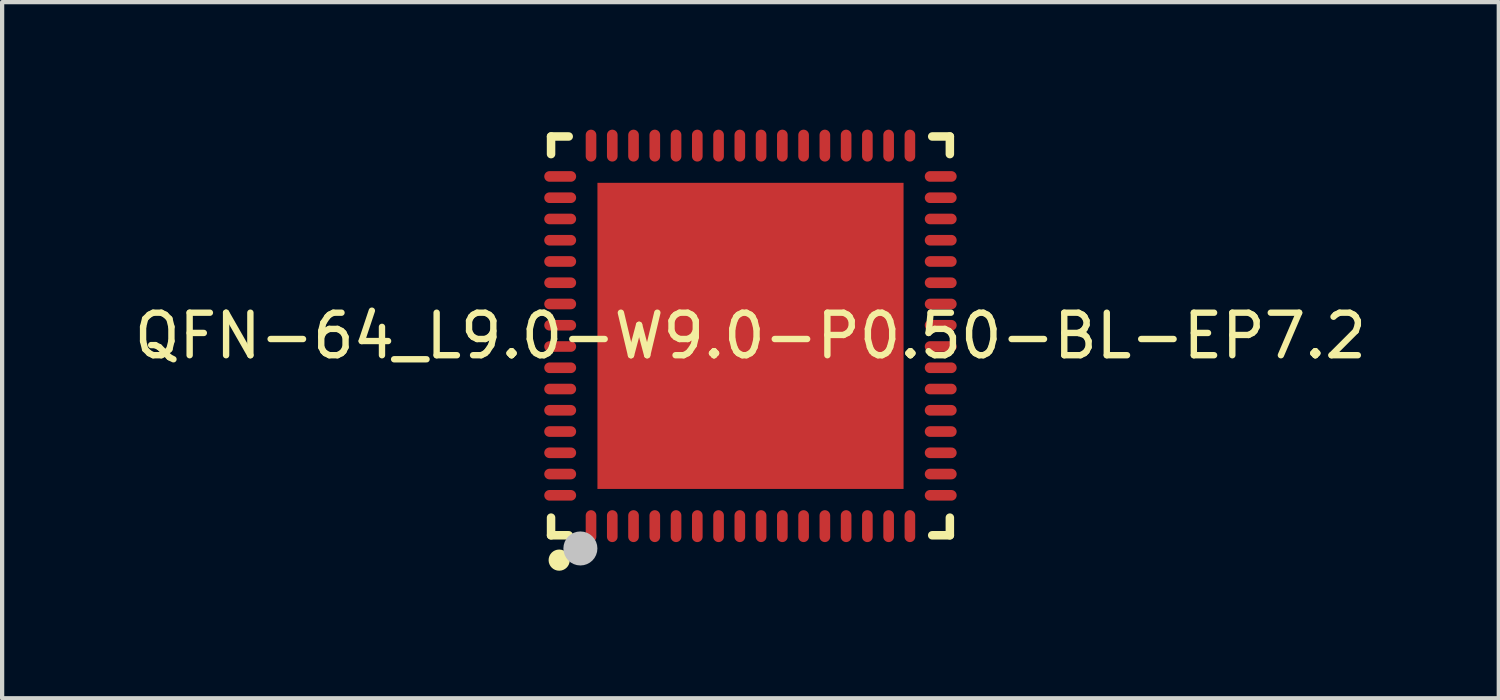
<source format=kicad_pcb>
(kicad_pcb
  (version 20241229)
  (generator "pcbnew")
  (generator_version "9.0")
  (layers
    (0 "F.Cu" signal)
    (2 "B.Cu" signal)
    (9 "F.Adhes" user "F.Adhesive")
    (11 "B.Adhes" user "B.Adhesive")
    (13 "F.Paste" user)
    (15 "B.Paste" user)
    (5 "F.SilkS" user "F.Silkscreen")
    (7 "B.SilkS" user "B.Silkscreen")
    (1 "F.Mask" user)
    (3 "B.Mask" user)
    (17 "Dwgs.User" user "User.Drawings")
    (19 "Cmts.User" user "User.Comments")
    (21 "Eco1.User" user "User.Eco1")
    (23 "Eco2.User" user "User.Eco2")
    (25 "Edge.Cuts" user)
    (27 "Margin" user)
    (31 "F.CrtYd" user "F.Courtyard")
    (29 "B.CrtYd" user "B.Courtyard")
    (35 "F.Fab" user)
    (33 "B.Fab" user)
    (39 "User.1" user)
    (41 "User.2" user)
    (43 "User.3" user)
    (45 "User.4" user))
  (footprint "QFN-64_L9.0-W9.0-P0.50-BL-EP7.2"
    (layer "F.Cu")
    (at 14.601 4.85)
    (property "Reference" "QFN-64_L9.0-W9.0-P0.50-BL-EP7.2" (at 0 0 0) (layer "F.SilkS") (effects (font (size 1 1) (thickness 0.15))))
    (fp_line (start -4.69 -4.69) (end -4.275 -4.69) (stroke (width 0.2) (type default)) (layer "F.SilkS"))
    (fp_line (start -4.69 -4.275) (end -4.69 -4.69) (stroke (width 0.2) (type default)) (layer "F.SilkS"))
    (fp_line (start -4.69 4.69) (end -4.69 4.275) (stroke (width 0.2) (type default)) (layer "F.SilkS"))
    (fp_line (start -4.275 4.69) (end -4.69 4.69) (stroke (width 0.2) (type default)) (layer "F.SilkS"))
    (fp_line (start 4.275 4.69) (end 4.69 4.69) (stroke (width 0.2) (type default)) (layer "F.SilkS"))
    (fp_line (start 4.69 -4.69) (end 4.275 -4.69) (stroke (width 0.2) (type default)) (layer "F.SilkS"))
    (fp_line (start 4.69 -4.275) (end 4.69 -4.69) (stroke (width 0.2) (type default)) (layer "F.SilkS"))
    (fp_line (start 4.69 4.69) (end 4.69 4.275) (stroke (width 0.2) (type default)) (layer "F.SilkS"))
    (fp_arc (start -4.4975 5.15) (mid -4.49825 5.399004) (end -4.5 5.15) (stroke (width 0.249) (type default)) (layer "F.SilkS"))
    (fp_poly (pts (xy -2.88 -2.88) (xy 2.881 -2.88) (xy 2.881 2.88) (xy -2.88 2.88)) (stroke (width 0) (type default)) (fill yes) (layer "F.Paste"))
    (fp_poly (pts (arc (start -4.725 -3.625) (mid -4.85 -3.75) (end -4.725 -3.875)) (arc (start -4.225 -3.875) (mid -4.1 -3.75) (end -4.225 -3.625))) (stroke (width 0) (type default)) (fill yes) (layer "F.Paste"))
    (fp_poly (pts (arc (start -4.725 -3.125) (mid -4.847525 -3.25) (end -4.725 -3.375)) (arc (start -4.225 -3.375) (mid -4.102475 -3.25) (end -4.225 -3.125))) (stroke (width 0) (type default)) (fill yes) (layer "F.Paste"))
    (fp_poly (pts (arc (start -4.725 -2.625) (mid -4.85 -2.75) (end -4.725 -2.875)) (arc (start -4.225 -2.875) (mid -4.1 -2.75) (end -4.225 -2.625))) (stroke (width 0) (type default)) (fill yes) (layer "F.Paste"))
    (fp_poly (pts (arc (start -4.725 -2.125) (mid -4.848016 -2.25) (end -4.725 -2.375)) (arc (start -4.225 -2.375) (mid -4.101491 -2.25) (end -4.225 -2.125))) (stroke (width 0) (type default)) (fill yes) (layer "F.Paste"))
    (fp_poly (pts (arc (start -4.725 -1.625) (mid -4.85 -1.75) (end -4.725 -1.875)) (arc (start -4.225 -1.875) (mid -4.1 -1.75) (end -4.225 -1.625))) (stroke (width 0) (type default)) (fill yes) (layer "F.Paste"))
    (fp_poly (pts (arc (start -4.725 -1.125) (mid -4.85 -1.25) (end -4.725 -1.375)) (arc (start -4.225 -1.375) (mid -4.1 -1.25) (end -4.225 -1.125))) (stroke (width 0) (type default)) (fill yes) (layer "F.Paste"))
    (fp_poly (pts (arc (start -4.725 -0.625) (mid -4.848016 -0.75) (end -4.725 -0.875)) (arc (start -4.225 -0.875) (mid -4.101491 -0.75) (end -4.225 -0.625))) (stroke (width 0) (type default)) (fill yes) (layer "F.Paste"))
    (fp_poly (pts (arc (start -4.725 -0.125) (mid -4.85 -0.25) (end -4.725 -0.375)) (arc (start -4.225 -0.375) (mid -4.1 -0.25) (end -4.225 -0.125))) (stroke (width 0) (type default)) (fill yes) (layer "F.Paste"))
    (fp_poly (pts (arc (start -4.725 0.375) (mid -4.847525 0.25) (end -4.725 0.125)) (arc (start -4.225 0.125) (mid -4.102475 0.25) (end -4.225 0.375))) (stroke (width 0) (type default)) (fill yes) (layer "F.Paste"))
    (fp_poly (pts (arc (start -4.725 0.875) (mid -4.85 0.75) (end -4.725 0.625)) (arc (start -4.225 0.625) (mid -4.1 0.75) (end -4.225 0.875))) (stroke (width 0) (type default)) (fill yes) (layer "F.Paste"))
    (fp_poly (pts (arc (start -4.725 1.375) (mid -4.848016 1.25) (end -4.725 1.125)) (arc (start -4.225 1.125) (mid -4.101491 1.25) (end -4.225 1.375))) (stroke (width 0) (type default)) (fill yes) (layer "F.Paste"))
    (fp_poly (pts (arc (start -4.725 1.875) (mid -4.85 1.75) (end -4.725 1.625)) (arc (start -4.225 1.625) (mid -4.1 1.75) (end -4.225 1.875))) (stroke (width 0) (type default)) (fill yes) (layer "F.Paste"))
    (fp_poly (pts (arc (start -4.725 2.375) (mid -4.85 2.25) (end -4.725 2.125)) (arc (start -4.225 2.125) (mid -4.1 2.25) (end -4.225 2.375))) (stroke (width 0) (type default)) (fill yes) (layer "F.Paste"))
    (fp_poly (pts (arc (start -4.725 2.875) (mid -4.85 2.75) (end -4.725 2.625)) (arc (start -4.225 2.625) (mid -4.1 2.75) (end -4.225 2.875))) (stroke (width 0) (type default)) (fill yes) (layer "F.Paste"))
    (fp_poly (pts (arc (start -4.725 3.375) (mid -4.85 3.25) (end -4.725 3.125)) (arc (start -4.225 3.125) (mid -4.1 3.25) (end -4.225 3.375))) (stroke (width 0) (type default)) (fill yes) (layer "F.Paste"))
    (fp_poly (pts (arc (start -4.725 3.875) (mid -4.85 3.75) (end -4.725 3.625)) (arc (start -4.225 3.625) (mid -4.1 3.75) (end -4.225 3.875))) (stroke (width 0) (type default)) (fill yes) (layer "F.Paste"))
    (fp_poly (pts (arc (start -3.875 -4.725) (mid -3.75 -4.85) (end -3.625 -4.725)) (arc (start -3.625 -4.225) (mid -3.75 -4.1) (end -3.875 -4.225))) (stroke (width 0) (type default)) (fill yes) (layer "F.Paste"))
    (fp_poly (pts (arc (start -3.875 4.225) (mid -3.75 4.1) (end -3.625 4.225)) (arc (start -3.625 4.725) (mid -3.75 4.85) (end -3.875 4.725))) (stroke (width 0) (type default)) (fill yes) (layer "F.Paste"))
    (fp_poly (pts (arc (start -3.375 -4.725) (mid -3.25 -4.85) (end -3.125 -4.725)) (arc (start -3.125 -4.225) (mid -3.25 -4.1) (end -3.375 -4.225))) (stroke (width 0) (type default)) (fill yes) (layer "F.Paste"))
    (fp_poly (pts (arc (start -3.375 4.225) (mid -3.25 4.1) (end -3.125 4.225)) (arc (start -3.125 4.725) (mid -3.25 4.85) (end -3.375 4.725))) (stroke (width 0) (type default)) (fill yes) (layer "F.Paste"))
    (fp_poly (pts (arc (start -2.875 -4.725) (mid -2.75 -4.85) (end -2.625 -4.725)) (arc (start -2.625 -4.225) (mid -2.75 -4.1) (end -2.875 -4.225))) (stroke (width 0) (type default)) (fill yes) (layer "F.Paste"))
    (fp_poly (pts (arc (start -2.875 4.225) (mid -2.75 4.1) (end -2.625 4.225)) (arc (start -2.625 4.725) (mid -2.75 4.85) (end -2.875 4.725))) (stroke (width 0) (type default)) (fill yes) (layer "F.Paste"))
    (fp_poly (pts (arc (start -2.375 -4.725) (mid -2.25 -4.85) (end -2.125 -4.725)) (arc (start -2.125 -4.225) (mid -2.25 -4.1) (end -2.375 -4.225))) (stroke (width 0) (type default)) (fill yes) (layer "F.Paste"))
    (fp_poly (pts (arc (start -2.375 4.225) (mid -2.25 4.1) (end -2.125 4.225)) (arc (start -2.125 4.725) (mid -2.25 4.85) (end -2.375 4.725))) (stroke (width 0) (type default)) (fill yes) (layer "F.Paste"))
    (fp_poly (pts (arc (start -1.875 -4.725) (mid -1.75 -4.85) (end -1.625 -4.725)) (arc (start -1.625 -4.225) (mid -1.75 -4.1) (end -1.875 -4.225))) (stroke (width 0) (type default)) (fill yes) (layer "F.Paste"))
    (fp_poly (pts (arc (start -1.875 4.225) (mid -1.75 4.1) (end -1.625 4.225)) (arc (start -1.625 4.725) (mid -1.75 4.85) (end -1.875 4.725))) (stroke (width 0) (type default)) (fill yes) (layer "F.Paste"))
    (fp_poly (pts (arc (start -1.375 -4.725) (mid -1.25 -4.85) (end -1.125 -4.725)) (arc (start -1.125 -4.225) (mid -1.25 -4.1) (end -1.375 -4.225))) (stroke (width 0) (type default)) (fill yes) (layer "F.Paste"))
    (fp_poly (pts (arc (start -1.375 4.225) (mid -1.25 4.1) (end -1.125 4.225)) (arc (start -1.125 4.725) (mid -1.25 4.85) (end -1.375 4.725))) (stroke (width 0) (type default)) (fill yes) (layer "F.Paste"))
    (fp_poly (pts (arc (start -0.875 -4.725) (mid -0.75 -4.85) (end -0.625 -4.725)) (arc (start -0.625 -4.225) (mid -0.75 -4.1) (end -0.875 -4.225))) (stroke (width 0) (type default)) (fill yes) (layer "F.Paste"))
    (fp_poly (pts (arc (start -0.875 4.225) (mid -0.75 4.1) (end -0.625 4.225)) (arc (start -0.625 4.725) (mid -0.75 4.85) (end -0.875 4.725))) (stroke (width 0) (type default)) (fill yes) (layer "F.Paste"))
    (fp_poly (pts (arc (start -0.375 -4.725) (mid -0.25 -4.85) (end -0.125 -4.725)) (arc (start -0.125 -4.225) (mid -0.25 -4.1) (end -0.375 -4.225))) (stroke (width 0) (type default)) (fill yes) (layer "F.Paste"))
    (fp_poly (pts (arc (start -0.375 4.225) (mid -0.25 4.1) (end -0.125 4.225)) (arc (start -0.125 4.725) (mid -0.25 4.85) (end -0.375 4.725))) (stroke (width 0) (type default)) (fill yes) (layer "F.Paste"))
    (fp_poly (pts (arc (start 0.125 -4.725) (mid 0.25 -4.85) (end 0.375 -4.725)) (arc (start 0.375 -4.225) (mid 0.25 -4.1) (end 0.125 -4.225))) (stroke (width 0) (type default)) (fill yes) (layer "F.Paste"))
    (fp_poly (pts (arc (start 0.125 4.225) (mid 0.25 4.1) (end 0.375 4.225)) (arc (start 0.375 4.725) (mid 0.25 4.85) (end 0.125 4.725))) (stroke (width 0) (type default)) (fill yes) (layer "F.Paste"))
    (fp_poly (pts (arc (start 0.625 -4.725) (mid 0.75 -4.85) (end 0.875 -4.725)) (arc (start 0.875 -4.225) (mid 0.75 -4.1) (end 0.625 -4.225))) (stroke (width 0) (type default)) (fill yes) (layer "F.Paste"))
    (fp_poly (pts (arc (start 0.625 4.225) (mid 0.75 4.1) (end 0.875 4.225)) (arc (start 0.875 4.725) (mid 0.75 4.85) (end 0.625 4.725))) (stroke (width 0) (type default)) (fill yes) (layer "F.Paste"))
    (fp_poly (pts (arc (start 1.125 -4.725) (mid 1.25 -4.85) (end 1.375 -4.725)) (arc (start 1.375 -4.225) (mid 1.25 -4.1) (end 1.125 -4.225))) (stroke (width 0) (type default)) (fill yes) (layer "F.Paste"))
    (fp_poly (pts (arc (start 1.125 4.225) (mid 1.25 4.1) (end 1.375 4.225)) (arc (start 1.375 4.725) (mid 1.25 4.85) (end 1.125 4.725))) (stroke (width 0) (type default)) (fill yes) (layer "F.Paste"))
    (fp_poly (pts (arc (start 1.625 -4.725) (mid 1.75 -4.85) (end 1.875 -4.725)) (arc (start 1.875 -4.225) (mid 1.75 -4.1) (end 1.625 -4.225))) (stroke (width 0) (type default)) (fill yes) (layer "F.Paste"))
    (fp_poly (pts (arc (start 1.625 4.225) (mid 1.75 4.1) (end 1.875 4.225)) (arc (start 1.875 4.725) (mid 1.75 4.85) (end 1.625 4.725))) (stroke (width 0) (type default)) (fill yes) (layer "F.Paste"))
    (fp_poly (pts (arc (start 2.125 -4.725) (mid 2.25 -4.85) (end 2.375 -4.725)) (arc (start 2.375 -4.225) (mid 2.25 -4.1) (end 2.125 -4.225))) (stroke (width 0) (type default)) (fill yes) (layer "F.Paste"))
    (fp_poly (pts (arc (start 2.125 4.225) (mid 2.25 4.1) (end 2.375 4.225)) (arc (start 2.375 4.725) (mid 2.25 4.85) (end 2.125 4.725))) (stroke (width 0) (type default)) (fill yes) (layer "F.Paste"))
    (fp_poly (pts (arc (start 2.625 -4.725) (mid 2.75 -4.85) (end 2.875 -4.725)) (arc (start 2.875 -4.225) (mid 2.75 -4.1) (end 2.625 -4.225))) (stroke (width 0) (type default)) (fill yes) (layer "F.Paste"))
    (fp_poly (pts (arc (start 2.625 4.225) (mid 2.75 4.1) (end 2.875 4.225)) (arc (start 2.875 4.725) (mid 2.75 4.85) (end 2.625 4.725))) (stroke (width 0) (type default)) (fill yes) (layer "F.Paste"))
    (fp_poly (pts (arc (start 3.125 -4.725) (mid 3.25 -4.85) (end 3.375 -4.725)) (arc (start 3.375 -4.225) (mid 3.25 -4.1) (end 3.125 -4.225))) (stroke (width 0) (type default)) (fill yes) (layer "F.Paste"))
    (fp_poly (pts (arc (start 3.125 4.225) (mid 3.25 4.1) (end 3.375 4.225)) (arc (start 3.375 4.725) (mid 3.25 4.85) (end 3.125 4.725))) (stroke (width 0) (type default)) (fill yes) (layer "F.Paste"))
    (fp_poly (pts (arc (start 3.625 -4.725) (mid 3.75 -4.85) (end 3.875 -4.725)) (arc (start 3.875 -4.225) (mid 3.75 -4.1) (end 3.625 -4.225))) (stroke (width 0) (type default)) (fill yes) (layer "F.Paste"))
    (fp_poly (pts (arc (start 3.625 4.225) (mid 3.75 4.1) (end 3.875 4.225)) (arc (start 3.875 4.725) (mid 3.75 4.85) (end 3.625 4.725))) (stroke (width 0) (type default)) (fill yes) (layer "F.Paste"))
    (fp_poly (pts (arc (start 4.225 -3.625) (mid 4.1 -3.75) (end 4.225 -3.875)) (arc (start 4.725 -3.875) (mid 4.85 -3.75) (end 4.725 -3.625))) (stroke (width 0) (type default)) (fill yes) (layer "F.Paste"))
    (fp_poly (pts (arc (start 4.225 -3.125) (mid 4.102475 -3.25) (end 4.225 -3.375)) (arc (start 4.725 -3.375) (mid 4.847525 -3.25) (end 4.725 -3.125))) (stroke (width 0) (type default)) (fill yes) (layer "F.Paste"))
    (fp_poly (pts (arc (start 4.225 -2.625) (mid 4.1 -2.75) (end 4.225 -2.875)) (arc (start 4.725 -2.875) (mid 4.85 -2.75) (end 4.725 -2.625))) (stroke (width 0) (type default)) (fill yes) (layer "F.Paste"))
    (fp_poly (pts (arc (start 4.225 -2.125) (mid 4.101491 -2.25) (end 4.225 -2.375)) (arc (start 4.725 -2.375) (mid 4.848509 -2.25) (end 4.725 -2.125))) (stroke (width 0) (type default)) (fill yes) (layer "F.Paste"))
    (fp_poly (pts (arc (start 4.225 -1.625) (mid 4.1 -1.75) (end 4.225 -1.875)) (arc (start 4.725 -1.875) (mid 4.85 -1.75) (end 4.725 -1.625))) (stroke (width 0) (type default)) (fill yes) (layer "F.Paste"))
    (fp_poly (pts (arc (start 4.225 -1.125) (mid 4.1 -1.25) (end 4.225 -1.375)) (arc (start 4.725 -1.375) (mid 4.85 -1.25) (end 4.725 -1.125))) (stroke (width 0) (type default)) (fill yes) (layer "F.Paste"))
    (fp_poly (pts (arc (start 4.225 -0.625) (mid 4.101491 -0.75) (end 4.225 -0.875)) (arc (start 4.725 -0.875) (mid 4.848509 -0.75) (end 4.725 -0.625))) (stroke (width 0) (type default)) (fill yes) (layer "F.Paste"))
    (fp_poly (pts (arc (start 4.225 -0.125) (mid 4.1 -0.25) (end 4.225 -0.375)) (arc (start 4.725 -0.375) (mid 4.85 -0.25) (end 4.725 -0.125))) (stroke (width 0) (type default)) (fill yes) (layer "F.Paste"))
    (fp_poly (pts (arc (start 4.225 0.375) (mid 4.102475 0.25) (end 4.225 0.125)) (arc (start 4.725 0.125) (mid 4.847525 0.25) (end 4.725 0.375))) (stroke (width 0) (type default)) (fill yes) (layer "F.Paste"))
    (fp_poly (pts (arc (start 4.225 0.875) (mid 4.1 0.75) (end 4.225 0.625)) (arc (start 4.725 0.625) (mid 4.85 0.75) (end 4.725 0.875))) (stroke (width 0) (type default)) (fill yes) (layer "F.Paste"))
    (fp_poly (pts (arc (start 4.225 1.375) (mid 4.101491 1.25) (end 4.225 1.125)) (arc (start 4.725 1.125) (mid 4.848509 1.25) (end 4.725 1.375))) (stroke (width 0) (type default)) (fill yes) (layer "F.Paste"))
    (fp_poly (pts (arc (start 4.225 1.875) (mid 4.1 1.75) (end 4.225 1.625)) (arc (start 4.725 1.625) (mid 4.85 1.75) (end 4.725 1.875))) (stroke (width 0) (type default)) (fill yes) (layer "F.Paste"))
    (fp_poly (pts (arc (start 4.225 2.375) (mid 4.1 2.25) (end 4.225 2.125)) (arc (start 4.725 2.125) (mid 4.85 2.25) (end 4.725 2.375))) (stroke (width 0) (type default)) (fill yes) (layer "F.Paste"))
    (fp_poly (pts (arc (start 4.225 2.875) (mid 4.1 2.75) (end 4.225 2.625)) (arc (start 4.725 2.625) (mid 4.85 2.75) (end 4.725 2.875))) (stroke (width 0) (type default)) (fill yes) (layer "F.Paste"))
    (fp_poly (pts (arc (start 4.225 3.375) (mid 4.1 3.25) (end 4.225 3.125)) (arc (start 4.725 3.125) (mid 4.85 3.25) (end 4.725 3.375))) (stroke (width 0) (type default)) (fill yes) (layer "F.Paste"))
    (fp_poly (pts (arc (start 4.225 3.875) (mid 4.1 3.75) (end 4.225 3.625)) (arc (start 4.725 3.625) (mid 4.85 3.75) (end 4.725 3.875))) (stroke (width 0) (type default)) (fill yes) (layer "F.Paste"))
    (fp_circle (center -4 5) (end -3.8 5) (stroke (width 0.4) (type default)) (fill no) (layer "Dwgs.User"))
    (fp_poly (pts (xy -4.1 -3.626) (xy -4.5 -3.626) (xy -4.5 -3.876) (xy -4.1 -3.876)) (stroke (width 0.1) (type default)) (fill no) (layer "User.1"))
    (fp_poly (pts (xy -4.1 -3.125) (xy -4.5 -3.125) (xy -4.5 -3.375) (xy -4.1 -3.375)) (stroke (width 0.1) (type default)) (fill no) (layer "User.1"))
    (fp_poly (pts (xy -4.1 -2.626) (xy -4.5 -2.626) (xy -4.5 -2.876) (xy -4.1 -2.876)) (stroke (width 0.1) (type default)) (fill no) (layer "User.1"))
    (fp_poly (pts (xy -4.1 -2.125) (xy -4.5 -2.125) (xy -4.5 -2.375) (xy -4.1 -2.375)) (stroke (width 0.1) (type default)) (fill no) (layer "User.1"))
    (fp_poly (pts (xy -4.1 -1.625) (xy -4.5 -1.625) (xy -4.5 -1.875) (xy -4.1 -1.875)) (stroke (width 0.1) (type default)) (fill no) (layer "User.1"))
    (fp_poly (pts (xy -4.1 -1.125) (xy -4.5 -1.125) (xy -4.5 -1.375) (xy -4.1 -1.375)) (stroke (width 0.1) (type default)) (fill no) (layer "User.1"))
    (fp_poly (pts (xy -4.1 -0.625) (xy -4.5 -0.625) (xy -4.5 -0.875) (xy -4.1 -0.875)) (stroke (width 0.1) (type default)) (fill no) (layer "User.1"))
    (fp_poly (pts (xy -4.1 -0.125) (xy -4.5 -0.125) (xy -4.5 -0.375) (xy -4.1 -0.375)) (stroke (width 0.1) (type default)) (fill no) (layer "User.1"))
    (fp_poly (pts (xy -4.1 0.374) (xy -4.5 0.374) (xy -4.5 0.124) (xy -4.1 0.124)) (stroke (width 0.1) (type default)) (fill no) (layer "User.1"))
    (fp_poly (pts (xy -4.1 0.875) (xy -4.5 0.875) (xy -4.5 0.625) (xy -4.1 0.625)) (stroke (width 0.1) (type default)) (fill no) (layer "User.1"))
    (fp_poly (pts (xy -4.1 1.375) (xy -4.5 1.375) (xy -4.5 1.125) (xy -4.1 1.125)) (stroke (width 0.1) (type default)) (fill no) (layer "User.1"))
    (fp_poly (pts (xy -4.1 1.875) (xy -4.5 1.875) (xy -4.5 1.625) (xy -4.1 1.625)) (stroke (width 0.1) (type default)) (fill no) (layer "User.1"))
    (fp_poly (pts (xy -4.1 2.374) (xy -4.5 2.374) (xy -4.5 2.124) (xy -4.1 2.124)) (stroke (width 0.1) (type default)) (fill no) (layer "User.1"))
    (fp_poly (pts (xy -4.1 2.875) (xy -4.5 2.875) (xy -4.5 2.625) (xy -4.1 2.625)) (stroke (width 0.1) (type default)) (fill no) (layer "User.1"))
    (fp_poly (pts (xy -4.1 3.374) (xy -4.5 3.374) (xy -4.5 3.124) (xy -4.1 3.124)) (stroke (width 0.1) (type default)) (fill no) (layer "User.1"))
    (fp_poly (pts (xy -4.1 3.875) (xy -4.5 3.875) (xy -4.5 3.625) (xy -4.1 3.625)) (stroke (width 0.1) (type default)) (fill no) (layer "User.1"))
    (fp_poly (pts (xy -3.874 -4.1) (xy -3.874 -4.5) (xy -3.624 -4.5) (xy -3.624 -4.1)) (stroke (width 0.1) (type default)) (fill no) (layer "User.1"))
    (fp_poly (pts (xy -3.625 4.1) (xy -3.625 4.5) (xy -3.875 4.5) (xy -3.875 4.1)) (stroke (width 0.1) (type default)) (fill no) (layer "User.1"))
    (fp_poly (pts (xy -3.599 3.6) (xy -3.599 -3.6) (xy 3.6 -3.6) (xy 3.6 3.6)) (stroke (width 0.1) (type default)) (fill no) (layer "User.1"))
    (fp_poly (pts (xy -3.374 -4.1) (xy -3.374 -4.5) (xy -3.124 -4.5) (xy -3.124 -4.1)) (stroke (width 0.1) (type default)) (fill no) (layer "User.1"))
    (fp_poly (pts (xy -3.125 4.1) (xy -3.125 4.5) (xy -3.375 4.5) (xy -3.375 4.1)) (stroke (width 0.1) (type default)) (fill no) (layer "User.1"))
    (fp_poly (pts (xy -2.874 -4.1) (xy -2.874 -4.5) (xy -2.624 -4.5) (xy -2.624 -4.1)) (stroke (width 0.1) (type default)) (fill no) (layer "User.1"))
    (fp_poly (pts (xy -2.625 4.1) (xy -2.625 4.5) (xy -2.875 4.5) (xy -2.875 4.1)) (stroke (width 0.1) (type default)) (fill no) (layer "User.1"))
    (fp_poly (pts (xy -2.374 -4.1) (xy -2.374 -4.5) (xy -2.124 -4.5) (xy -2.124 -4.1)) (stroke (width 0.1) (type default)) (fill no) (layer "User.1"))
    (fp_poly (pts (xy -2.125 4.1) (xy -2.125 4.5) (xy -2.375 4.5) (xy -2.375 4.1)) (stroke (width 0.1) (type default)) (fill no) (layer "User.1"))
    (fp_poly (pts (xy -1.875 -4.1) (xy -1.875 -4.5) (xy -1.625 -4.5) (xy -1.625 -4.1)) (stroke (width 0.1) (type default)) (fill no) (layer "User.1"))
    (fp_poly (pts (xy -1.625 4.1) (xy -1.625 4.5) (xy -1.875 4.5) (xy -1.875 4.1)) (stroke (width 0.1) (type default)) (fill no) (layer "User.1"))
    (fp_poly (pts (xy -1.375 -4.1) (xy -1.375 -4.5) (xy -1.125 -4.5) (xy -1.125 -4.1)) (stroke (width 0.1) (type default)) (fill no) (layer "User.1"))
    (fp_poly (pts (xy -1.125 4.1) (xy -1.125 4.5) (xy -1.375 4.5) (xy -1.375 4.1)) (stroke (width 0.1) (type default)) (fill no) (layer "User.1"))
    (fp_poly (pts (xy -0.875 -4.1) (xy -0.875 -4.5) (xy -0.625 -4.5) (xy -0.625 -4.1)) (stroke (width 0.1) (type default)) (fill no) (layer "User.1"))
    (fp_poly (pts (xy -0.625 4.1) (xy -0.625 4.5) (xy -0.875 4.5) (xy -0.875 4.1)) (stroke (width 0.1) (type default)) (fill no) (layer "User.1"))
    (fp_poly (pts (xy -0.374 -4.1) (xy -0.374 -4.5) (xy -0.124 -4.5) (xy -0.124 -4.1)) (stroke (width 0.1) (type default)) (fill no) (layer "User.1"))
    (fp_poly (pts (xy -0.125 4.1) (xy -0.125 4.5) (xy -0.375 4.5) (xy -0.375 4.1)) (stroke (width 0.1) (type default)) (fill no) (layer "User.1"))
    (fp_poly (pts (xy 0.126 -4.1) (xy 0.126 -4.5) (xy 0.376 -4.5) (xy 0.376 -4.1)) (stroke (width 0.1) (type default)) (fill no) (layer "User.1"))
    (fp_poly (pts (xy 0.375 4.1) (xy 0.375 4.5) (xy 0.125 4.5) (xy 0.125 4.1)) (stroke (width 0.1) (type default)) (fill no) (layer "User.1"))
    (fp_poly (pts (xy 0.625 -4.1) (xy 0.625 -4.5) (xy 0.875 -4.5) (xy 0.875 -4.1)) (stroke (width 0.1) (type default)) (fill no) (layer "User.1"))
    (fp_poly (pts (xy 0.875 4.1) (xy 0.875 4.5) (xy 0.625 4.5) (xy 0.625 4.1)) (stroke (width 0.1) (type default)) (fill no) (layer "User.1"))
    (fp_poly (pts (xy 1.125 -4.1) (xy 1.125 -4.5) (xy 1.375 -4.5) (xy 1.375 -4.1)) (stroke (width 0.1) (type default)) (fill no) (layer "User.1"))
    (fp_poly (pts (xy 1.375 4.1) (xy 1.375 4.5) (xy 1.125 4.5) (xy 1.125 4.1)) (stroke (width 0.1) (type default)) (fill no) (layer "User.1"))
    (fp_poly (pts (xy 1.625 -4.1) (xy 1.625 -4.5) (xy 1.875 -4.5) (xy 1.875 -4.1)) (stroke (width 0.1) (type default)) (fill no) (layer "User.1"))
    (fp_poly (pts (xy 1.875 4.1) (xy 1.875 4.5) (xy 1.625 4.5) (xy 1.625 4.1)) (stroke (width 0.1) (type default)) (fill no) (layer "User.1"))
    (fp_poly (pts (xy 2.126 -4.1) (xy 2.126 -4.5) (xy 2.376 -4.5) (xy 2.376 -4.1)) (stroke (width 0.1) (type default)) (fill no) (layer "User.1"))
    (fp_poly (pts (xy 2.375 4.1) (xy 2.375 4.5) (xy 2.125 4.5) (xy 2.125 4.1)) (stroke (width 0.1) (type default)) (fill no) (layer "User.1"))
    (fp_poly (pts (xy 2.626 -4.1) (xy 2.626 -4.5) (xy 2.876 -4.5) (xy 2.876 -4.1)) (stroke (width 0.1) (type default)) (fill no) (layer "User.1"))
    (fp_poly (pts (xy 2.875 4.1) (xy 2.875 4.5) (xy 2.625 4.5) (xy 2.625 4.1)) (stroke (width 0.1) (type default)) (fill no) (layer "User.1"))
    (fp_poly (pts (xy 3.126 -4.1) (xy 3.126 -4.5) (xy 3.376 -4.5) (xy 3.376 -4.1)) (stroke (width 0.1) (type default)) (fill no) (layer "User.1"))
    (fp_poly (pts (xy 3.375 4.1) (xy 3.375 4.5) (xy 3.125 4.5) (xy 3.125 4.1)) (stroke (width 0.1) (type default)) (fill no) (layer "User.1"))
    (fp_poly (pts (xy 3.626 -4.1) (xy 3.626 -4.5) (xy 3.876 -4.5) (xy 3.876 -4.1)) (stroke (width 0.1) (type default)) (fill no) (layer "User.1"))
    (fp_poly (pts (xy 3.875 4.1) (xy 3.875 4.5) (xy 3.625 4.5) (xy 3.625 4.1)) (stroke (width 0.1) (type default)) (fill no) (layer "User.1"))
    (fp_poly (pts (xy 4.1 -3.875) (xy 4.5 -3.875) (xy 4.5 -3.625) (xy 4.1 -3.625)) (stroke (width 0.1) (type default)) (fill no) (layer "User.1"))
    (fp_poly (pts (xy 4.1 -3.374) (xy 4.5 -3.374) (xy 4.5 -3.124) (xy 4.1 -3.124)) (stroke (width 0.1) (type default)) (fill no) (layer "User.1"))
    (fp_poly (pts (xy 4.1 -2.875) (xy 4.5 -2.875) (xy 4.5 -2.625) (xy 4.1 -2.625)) (stroke (width 0.1) (type default)) (fill no) (layer "User.1"))
    (fp_poly (pts (xy 4.1 -2.374) (xy 4.5 -2.374) (xy 4.5 -2.124) (xy 4.1 -2.124)) (stroke (width 0.1) (type default)) (fill no) (layer "User.1"))
    (fp_poly (pts (xy 4.1 -1.875) (xy 4.5 -1.875) (xy 4.5 -1.625) (xy 4.1 -1.625)) (stroke (width 0.1) (type default)) (fill no) (layer "User.1"))
    (fp_poly (pts (xy 4.1 -1.375) (xy 4.5 -1.375) (xy 4.5 -1.125) (xy 4.1 -1.125)) (stroke (width 0.1) (type default)) (fill no) (layer "User.1"))
    (fp_poly (pts (xy 4.1 -0.875) (xy 4.5 -0.875) (xy 4.5 -0.625) (xy 4.1 -0.625)) (stroke (width 0.1) (type default)) (fill no) (layer "User.1"))
    (fp_poly (pts (xy 4.1 -0.374) (xy 4.5 -0.374) (xy 4.5 -0.124) (xy 4.1 -0.124)) (stroke (width 0.1) (type default)) (fill no) (layer "User.1"))
    (fp_poly (pts (xy 4.1 0.125) (xy 4.5 0.125) (xy 4.5 0.375) (xy 4.1 0.375)) (stroke (width 0.1) (type default)) (fill no) (layer "User.1"))
    (fp_poly (pts (xy 4.1 0.625) (xy 4.5 0.625) (xy 4.5 0.875) (xy 4.1 0.875)) (stroke (width 0.1) (type default)) (fill no) (layer "User.1"))
    (fp_poly (pts (xy 4.1 1.125) (xy 4.5 1.125) (xy 4.5 1.375) (xy 4.1 1.375)) (stroke (width 0.1) (type default)) (fill no) (layer "User.1"))
    (fp_poly (pts (xy 4.1 1.625) (xy 4.5 1.625) (xy 4.5 1.875) (xy 4.1 1.875)) (stroke (width 0.1) (type default)) (fill no) (layer "User.1"))
    (fp_poly (pts (xy 4.1 2.125) (xy 4.5 2.125) (xy 4.5 2.375) (xy 4.1 2.375)) (stroke (width 0.1) (type default)) (fill no) (layer "User.1"))
    (fp_poly (pts (xy 4.1 2.626) (xy 4.5 2.626) (xy 4.5 2.876) (xy 4.1 2.876)) (stroke (width 0.1) (type default)) (fill no) (layer "User.1"))
    (fp_poly (pts (xy 4.1 3.125) (xy 4.5 3.125) (xy 4.5 3.375) (xy 4.1 3.375)) (stroke (width 0.1) (type default)) (fill no) (layer "User.1"))
    (fp_poly (pts (xy 4.1 3.626) (xy 4.5 3.626) (xy 4.5 3.876) (xy 4.1 3.876)) (stroke (width 0.1) (type default)) (fill no) (layer "User.1"))
    (fp_line (start -4.5 -4.5) (end 4.5 -4.5) (stroke (width 0.051) (type default)) (layer "User.2"))
    (fp_line (start -4.5 4.5) (end -4.5 -4.5) (stroke (width 0.051) (type default)) (layer "User.2"))
    (fp_line (start 4.5 -4.5) (end 4.5 4.5) (stroke (width 0.051) (type default)) (layer "User.2"))
    (fp_line (start 4.5 4.5) (end -4.5 4.5) (stroke (width 0.051) (type default)) (layer "User.2"))
    (fp_poly (pts (xy -4.4 4.5) (xy -4.419 4.441) (xy -4.469 4.405) (xy -4.531 4.405) (xy -4.581 4.441) (xy -4.6 4.5) (xy -4.581 4.559) (xy -4.531 4.595) (xy -4.469 4.595) (xy -4.419 4.559)) (stroke (width 0.1) (type default)) (fill no) (layer "User.3"))
    (pad "1" smd oval (at -3.75 4.475) (size 0.25 0.75) (layers "F.Cu" "F.Mask" "F.Paste"))
    (pad "2" smd oval (at -3.25 4.475) (size 0.25 0.75) (layers "F.Cu" "F.Mask" "F.Paste"))
    (pad "3" smd oval (at -2.75 4.475) (size 0.25 0.75) (layers "F.Cu" "F.Mask" "F.Paste"))
    (pad "4" smd oval (at -2.25 4.475) (size 0.25 0.75) (layers "F.Cu" "F.Mask" "F.Paste"))
    (pad "5" smd oval (at -1.75 4.475) (size 0.25 0.75) (layers "F.Cu" "F.Mask" "F.Paste"))
    (pad "6" smd oval (at -1.25 4.475) (size 0.25 0.75) (layers "F.Cu" "F.Mask" "F.Paste"))
    (pad "7" smd oval (at -0.75 4.475) (size 0.25 0.75) (layers "F.Cu" "F.Mask" "F.Paste"))
    (pad "8" smd oval (at -0.25 4.475) (size 0.25 0.75) (layers "F.Cu" "F.Mask" "F.Paste"))
    (pad "9" smd oval (at 0.25 4.475) (size 0.25 0.75) (layers "F.Cu" "F.Mask" "F.Paste"))
    (pad "10" smd oval (at 0.75 4.475) (size 0.25 0.75) (layers "F.Cu" "F.Mask" "F.Paste"))
    (pad "11" smd oval (at 1.25 4.475) (size 0.25 0.75) (layers "F.Cu" "F.Mask" "F.Paste"))
    (pad "12" smd oval (at 1.75 4.475) (size 0.25 0.75) (layers "F.Cu" "F.Mask" "F.Paste"))
    (pad "13" smd oval (at 2.25 4.475) (size 0.25 0.75) (layers "F.Cu" "F.Mask" "F.Paste"))
    (pad "14" smd oval (at 2.75 4.475) (size 0.25 0.75) (layers "F.Cu" "F.Mask" "F.Paste"))
    (pad "15" smd oval (at 3.25 4.475) (size 0.25 0.75) (layers "F.Cu" "F.Mask" "F.Paste"))
    (pad "16" smd oval (at 3.75 4.475) (size 0.25 0.75) (layers "F.Cu" "F.Mask" "F.Paste"))
    (pad "17" smd oval (at 4.475 3.75) (size 0.75 0.25) (layers "F.Cu" "F.Mask" "F.Paste"))
    (pad "18" smd oval (at 4.475 3.25) (size 0.75 0.25) (layers "F.Cu" "F.Mask" "F.Paste"))
    (pad "19" smd oval (at 4.475 2.75) (size 0.75 0.25) (layers "F.Cu" "F.Mask" "F.Paste"))
    (pad "20" smd oval (at 4.475 2.25) (size 0.75 0.25) (layers "F.Cu" "F.Mask" "F.Paste"))
    (pad "21" smd oval (at 4.475 1.75) (size 0.75 0.25) (layers "F.Cu" "F.Mask" "F.Paste"))
    (pad "22" smd oval (at 4.475 1.25) (size 0.75 0.25) (layers "F.Cu" "F.Mask" "F.Paste"))
    (pad "23" smd oval (at 4.475 0.75) (size 0.75 0.25) (layers "F.Cu" "F.Mask" "F.Paste"))
    (pad "24" smd oval (at 4.475 0.25) (size 0.75 0.25) (layers "F.Cu" "F.Mask" "F.Paste"))
    (pad "25" smd oval (at 4.475 -0.25) (size 0.75 0.25) (layers "F.Cu" "F.Mask" "F.Paste"))
    (pad "26" smd oval (at 4.475 -0.75) (size 0.75 0.25) (layers "F.Cu" "F.Mask" "F.Paste"))
    (pad "27" smd oval (at 4.475 -1.25) (size 0.75 0.25) (layers "F.Cu" "F.Mask" "F.Paste"))
    (pad "28" smd oval (at 4.475 -1.75) (size 0.75 0.25) (layers "F.Cu" "F.Mask" "F.Paste"))
    (pad "29" smd oval (at 4.475 -2.25) (size 0.75 0.25) (layers "F.Cu" "F.Mask" "F.Paste"))
    (pad "30" smd oval (at 4.475 -2.75) (size 0.75 0.25) (layers "F.Cu" "F.Mask" "F.Paste"))
    (pad "31" smd oval (at 4.475 -3.25) (size 0.75 0.25) (layers "F.Cu" "F.Mask" "F.Paste"))
    (pad "32" smd oval (at 4.475 -3.75) (size 0.75 0.25) (layers "F.Cu" "F.Mask" "F.Paste"))
    (pad "33" smd oval (at 3.75 -4.475) (size 0.25 0.75) (layers "F.Cu" "F.Mask" "F.Paste"))
    (pad "34" smd oval (at 3.25 -4.475) (size 0.25 0.75) (layers "F.Cu" "F.Mask" "F.Paste"))
    (pad "35" smd oval (at 2.75 -4.475) (size 0.25 0.75) (layers "F.Cu" "F.Mask" "F.Paste"))
    (pad "36" smd oval (at 2.25 -4.475) (size 0.25 0.75) (layers "F.Cu" "F.Mask" "F.Paste"))
    (pad "37" smd oval (at 1.75 -4.475) (size 0.25 0.75) (layers "F.Cu" "F.Mask" "F.Paste"))
    (pad "38" smd oval (at 1.25 -4.475) (size 0.25 0.75) (layers "F.Cu" "F.Mask" "F.Paste"))
    (pad "39" smd oval (at 0.75 -4.475) (size 0.25 0.75) (layers "F.Cu" "F.Mask" "F.Paste"))
    (pad "40" smd oval (at 0.25 -4.475) (size 0.25 0.75) (layers "F.Cu" "F.Mask" "F.Paste"))
    (pad "41" smd oval (at -0.25 -4.475) (size 0.25 0.75) (layers "F.Cu" "F.Mask" "F.Paste"))
    (pad "42" smd oval (at -0.75 -4.475) (size 0.25 0.75) (layers "F.Cu" "F.Mask" "F.Paste"))
    (pad "43" smd oval (at -1.25 -4.475) (size 0.25 0.75) (layers "F.Cu" "F.Mask" "F.Paste"))
    (pad "44" smd oval (at -1.75 -4.475) (size 0.25 0.75) (layers "F.Cu" "F.Mask" "F.Paste"))
    (pad "45" smd oval (at -2.25 -4.475) (size 0.25 0.75) (layers "F.Cu" "F.Mask" "F.Paste"))
    (pad "46" smd oval (at -2.75 -4.475) (size 0.25 0.75) (layers "F.Cu" "F.Mask" "F.Paste"))
    (pad "47" smd oval (at -3.25 -4.475) (size 0.25 0.75) (layers "F.Cu" "F.Mask" "F.Paste"))
    (pad "48" smd oval (at -3.75 -4.475) (size 0.25 0.75) (layers "F.Cu" "F.Mask" "F.Paste"))
    (pad "49" smd oval (at -4.475 -3.75) (size 0.75 0.25) (layers "F.Cu" "F.Mask" "F.Paste"))
    (pad "50" smd oval (at -4.475 -3.25) (size 0.75 0.25) (layers "F.Cu" "F.Mask" "F.Paste"))
    (pad "51" smd oval (at -4.475 -2.75) (size 0.75 0.25) (layers "F.Cu" "F.Mask" "F.Paste"))
    (pad "52" smd oval (at -4.475 -2.25) (size 0.75 0.25) (layers "F.Cu" "F.Mask" "F.Paste"))
    (pad "53" smd oval (at -4.475 -1.75) (size 0.75 0.25) (layers "F.Cu" "F.Mask" "F.Paste"))
    (pad "54" smd oval (at -4.475 -1.25) (size 0.75 0.25) (layers "F.Cu" "F.Mask" "F.Paste"))
    (pad "55" smd oval (at -4.475 -0.75) (size 0.75 0.25) (layers "F.Cu" "F.Mask" "F.Paste"))
    (pad "56" smd oval (at -4.475 -0.25) (size 0.75 0.25) (layers "F.Cu" "F.Mask" "F.Paste"))
    (pad "57" smd oval (at -4.475 0.25) (size 0.75 0.25) (layers "F.Cu" "F.Mask" "F.Paste"))
    (pad "58" smd oval (at -4.475 0.75) (size 0.75 0.25) (layers "F.Cu" "F.Mask" "F.Paste"))
    (pad "59" smd oval (at -4.475 1.25) (size 0.75 0.25) (layers "F.Cu" "F.Mask" "F.Paste"))
    (pad "60" smd oval (at -4.475 1.75) (size 0.75 0.25) (layers "F.Cu" "F.Mask" "F.Paste"))
    (pad "61" smd oval (at -4.475 2.25) (size 0.75 0.25) (layers "F.Cu" "F.Mask" "F.Paste"))
    (pad "62" smd oval (at -4.475 2.75) (size 0.75 0.25) (layers "F.Cu" "F.Mask" "F.Paste"))
    (pad "63" smd oval (at -4.475 3.25) (size 0.75 0.25) (layers "F.Cu" "F.Mask" "F.Paste"))
    (pad "64" smd oval (at -4.475 3.75) (size 0.75 0.25) (layers "F.Cu" "F.Mask" "F.Paste"))
    (pad "65" smd rect (at 0.001 0) (size 7.2 7.2) (layers "F.Cu" "F.Mask" "F.Paste")))
  (gr_rect
    (start -3 -3)
    (end 32.202 13.374)
    (stroke (width 0.1) (type default))
    (fill no)
    (layer "Edge.Cuts")))
</source>
